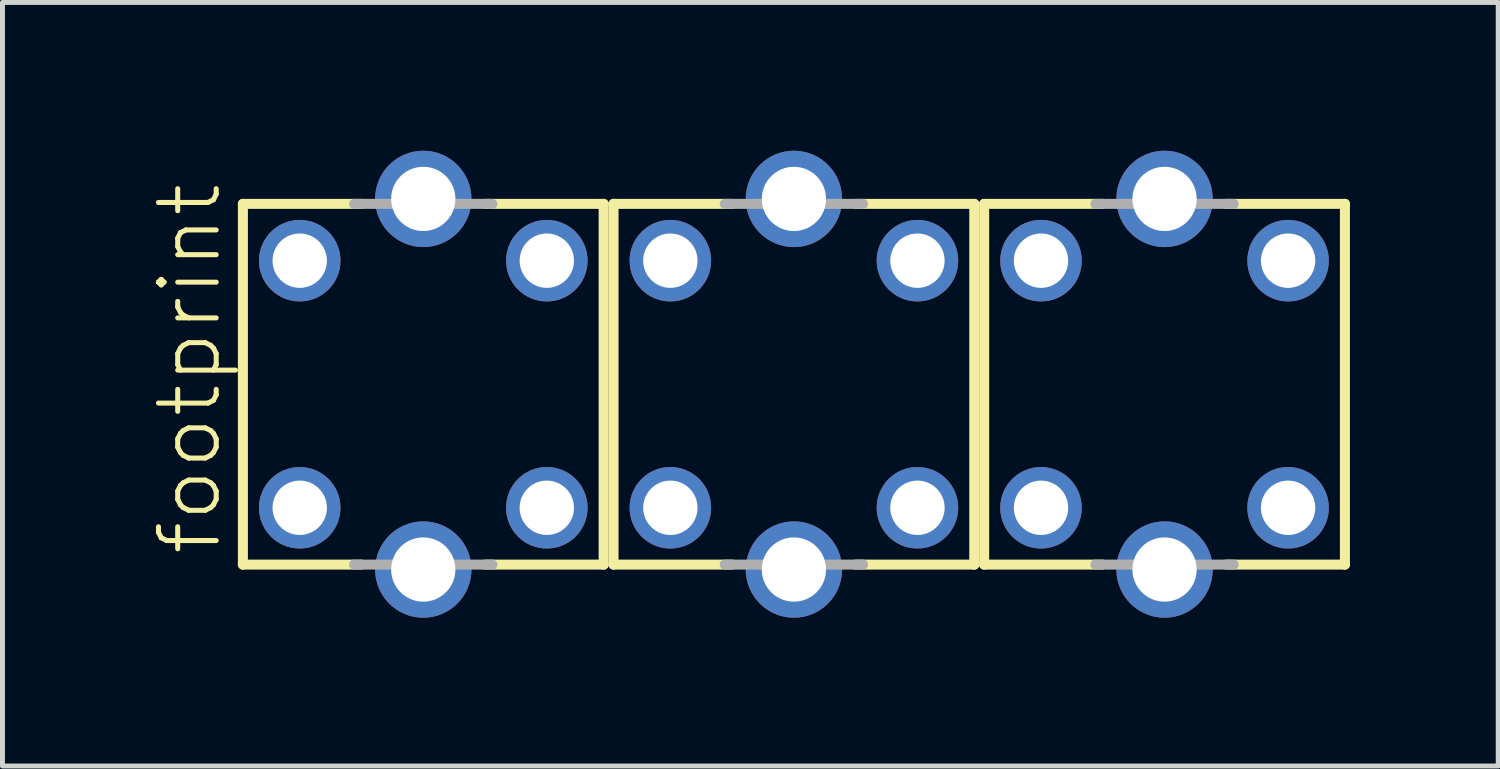
<source format=kicad_pcb>
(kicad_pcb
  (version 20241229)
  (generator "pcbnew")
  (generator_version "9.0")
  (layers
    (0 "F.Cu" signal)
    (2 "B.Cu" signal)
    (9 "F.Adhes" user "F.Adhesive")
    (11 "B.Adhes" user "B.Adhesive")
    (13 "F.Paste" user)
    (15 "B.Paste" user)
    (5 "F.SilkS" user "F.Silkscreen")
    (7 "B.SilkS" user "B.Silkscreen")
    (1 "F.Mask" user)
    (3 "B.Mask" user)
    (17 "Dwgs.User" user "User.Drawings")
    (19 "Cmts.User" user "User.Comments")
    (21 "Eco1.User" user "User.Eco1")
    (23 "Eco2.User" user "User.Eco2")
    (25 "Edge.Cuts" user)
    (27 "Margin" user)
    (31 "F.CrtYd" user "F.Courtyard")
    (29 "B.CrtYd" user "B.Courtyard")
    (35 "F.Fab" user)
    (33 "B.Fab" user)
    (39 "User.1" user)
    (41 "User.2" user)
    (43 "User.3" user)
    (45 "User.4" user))
  (footprint "footprint"
    (layer "F.Cu")
    (at 13.015 4.725)
    (property "Reference" "footprint" (at -11.542 3.508 90) (layer "F.SilkS") (effects (font (size 1.168 1.168) (thickness 0.102)) (justify left bottom)))
    (fp_line (start -11.15 -3.65) (end -8.75 -3.65) (stroke (width 0.203) (type solid)) (layer "F.SilkS"))
    (fp_line (start -11.15 3.65) (end -11.15 -3.65) (stroke (width 0.203) (type solid)) (layer "F.SilkS"))
    (fp_line (start -8.75 3.65) (end -11.15 3.65) (stroke (width 0.203) (type solid)) (layer "F.SilkS"))
    (fp_line (start -6.25 -3.65) (end -3.85 -3.65) (stroke (width 0.203) (type solid)) (layer "F.SilkS"))
    (fp_line (start -3.85 -3.65) (end -3.85 3.65) (stroke (width 0.203) (type solid)) (layer "F.SilkS"))
    (fp_line (start -3.85 3.65) (end -6.25 3.65) (stroke (width 0.203) (type solid)) (layer "F.SilkS"))
    (fp_line (start -3.65 -3.65) (end -1.25 -3.65) (stroke (width 0.203) (type solid)) (layer "F.SilkS"))
    (fp_line (start -3.65 3.65) (end -3.65 -3.65) (stroke (width 0.203) (type solid)) (layer "F.SilkS"))
    (fp_line (start -1.25 3.65) (end -3.65 3.65) (stroke (width 0.203) (type solid)) (layer "F.SilkS"))
    (fp_line (start 1.25 -3.65) (end 3.65 -3.65) (stroke (width 0.203) (type solid)) (layer "F.SilkS"))
    (fp_line (start 3.65 -3.65) (end 3.65 3.65) (stroke (width 0.203) (type solid)) (layer "F.SilkS"))
    (fp_line (start 3.65 3.65) (end 1.25 3.65) (stroke (width 0.203) (type solid)) (layer "F.SilkS"))
    (fp_line (start 3.85 -3.65) (end 6.25 -3.65) (stroke (width 0.203) (type solid)) (layer "F.SilkS"))
    (fp_line (start 3.85 3.65) (end 3.85 -3.65) (stroke (width 0.203) (type solid)) (layer "F.SilkS"))
    (fp_line (start 6.25 3.65) (end 3.85 3.65) (stroke (width 0.203) (type solid)) (layer "F.SilkS"))
    (fp_line (start 8.75 -3.65) (end 11.15 -3.65) (stroke (width 0.203) (type solid)) (layer "F.SilkS"))
    (fp_line (start 11.15 -3.65) (end 11.15 3.65) (stroke (width 0.203) (type solid)) (layer "F.SilkS"))
    (fp_line (start 11.15 3.65) (end 8.75 3.65) (stroke (width 0.203) (type solid)) (layer "F.SilkS"))
    (fp_line (start -8.9 -3.65) (end -6.1 -3.65) (stroke (width 0.203) (type solid)) (layer "F.Fab"))
    (fp_line (start -6.1 3.65) (end -8.9 3.65) (stroke (width 0.203) (type solid)) (layer "F.Fab"))
    (fp_line (start -1.4 -3.65) (end 1.4 -3.65) (stroke (width 0.203) (type solid)) (layer "F.Fab"))
    (fp_line (start 1.4 3.65) (end -1.4 3.65) (stroke (width 0.203) (type solid)) (layer "F.Fab"))
    (fp_line (start 6.1 -3.65) (end 8.9 -3.65) (stroke (width 0.203) (type solid)) (layer "F.Fab"))
    (fp_line (start 8.9 3.65) (end 6.1 3.65) (stroke (width 0.203) (type solid)) (layer "F.Fab"))
    (pad "1" thru_hole circle (at 5 2.5) (size 1.65 1.65) (drill 1.1) (layers "*.Cu" "*.Mask"))
    (pad "2" thru_hole circle (at 5 -2.5) (size 1.65 1.65) (drill 1.1) (layers "*.Cu" "*.Mask"))
    (pad "4" thru_hole circle (at 10 -2.5) (size 1.65 1.65) (drill 1.1) (layers "*.Cu" "*.Mask"))
    (pad "5" thru_hole circle (at 10 2.5) (size 1.65 1.65) (drill 1.1) (layers "*.Cu" "*.Mask"))
    (pad "21" thru_hole circle (at -2.5 2.5) (size 1.65 1.65) (drill 1.1) (layers "*.Cu" "*.Mask"))
    (pad "22" thru_hole circle (at -2.5 -2.5) (size 1.65 1.65) (drill 1.1) (layers "*.Cu" "*.Mask"))
    (pad "24" thru_hole circle (at 2.5 -2.5) (size 1.65 1.65) (drill 1.1) (layers "*.Cu" "*.Mask"))
    (pad "25" thru_hole circle (at 2.5 2.5) (size 1.65 1.65) (drill 1.1) (layers "*.Cu" "*.Mask"))
    (pad "31" thru_hole circle (at -10 2.5) (size 1.65 1.65) (drill 1.1) (layers "*.Cu" "*.Mask"))
    (pad "32" thru_hole circle (at -10 -2.5) (size 1.65 1.65) (drill 1.1) (layers "*.Cu" "*.Mask"))
    (pad "34" thru_hole circle (at -5 -2.5) (size 1.65 1.65) (drill 1.1) (layers "*.Cu" "*.Mask"))
    (pad "35" thru_hole circle (at -5 2.5) (size 1.65 1.65) (drill 1.1) (layers "*.Cu" "*.Mask"))
    (pad "S1" thru_hole circle (at 7.5 3.75) (size 1.95 1.95) (drill 1.3) (layers "*.Cu" "*.Mask"))
    (pad "S2" thru_hole circle (at 7.5 -3.75) (size 1.95 1.95) (drill 1.3) (layers "*.Cu" "*.Mask"))
    (pad "S3" thru_hole circle (at 0 3.75) (size 1.95 1.95) (drill 1.3) (layers "*.Cu" "*.Mask"))
    (pad "S4" thru_hole circle (at 0 -3.75) (size 1.95 1.95) (drill 1.3) (layers "*.Cu" "*.Mask"))
    (pad "S5" thru_hole circle (at -7.5 3.75) (size 1.95 1.95) (drill 1.3) (layers "*.Cu" "*.Mask"))
    (pad "S6" thru_hole circle (at -7.5 -3.75) (size 1.95 1.95) (drill 1.3) (layers "*.Cu" "*.Mask")))
  (gr_rect
    (start -3 -3)
    (end 27.267 12.45)
    (stroke (width 0.1) (type default))
    (fill no)
    (layer "Edge.Cuts")))
</source>
